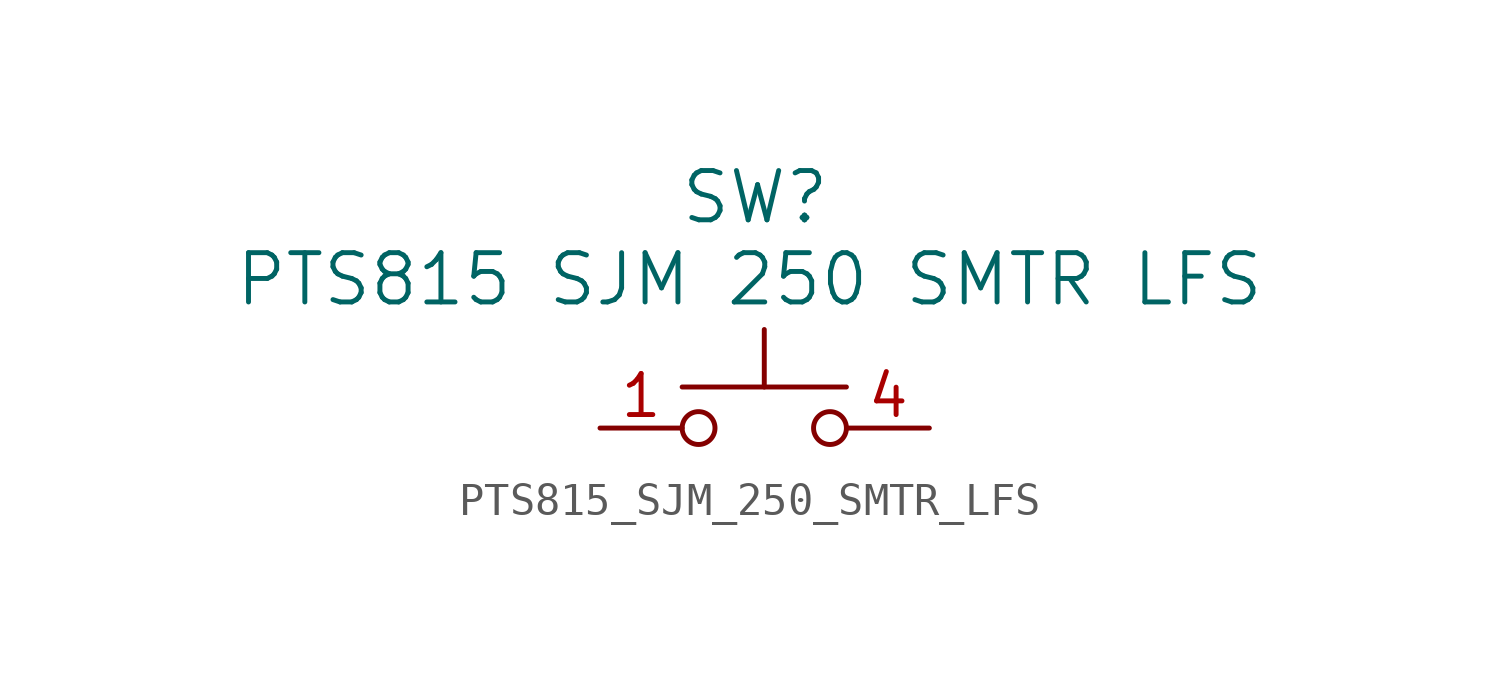
<source format=kicad_sym>
(kicad_symbol_lib
  (version 20211014)
  (generator kicad_symbol_editor)
  (symbol "PTS815_SJM_250_SMTR_LFS"
    (pin_names
      (offset 0.254))
    (property "Reference" "SW"
      (at 39.014 2.159 0)
      (effects (font (size 1.524 1.524))))
    (property "Value" "PTS815 SJM 250 SMTR LFS"
      (at 38.837 -0.381 0)
      (effects (font (size 1.524 1.524))))
    (property "ki_locked" ""
      (at 0 0 0)
      (effects (font (size 1.27 1.27))))
    (symbol "PTS815_SJM_250_SMTR_LFS_0_1"
      (polyline (pts (xy 39.294 -3.708) (xy 39.294 -1.93)) (stroke (width 0) (type default) (color 0 0 0 0)) (fill (type none)))
      (polyline (pts (xy 41.834 -3.708) (xy 36.754 -3.708)) (stroke (width 0) (type default) (color 0 0 0 0)) (fill (type none)))
      (circle (center 37.262 -4.978) (radius 0.508) (stroke (width 0) (type default) (color 0 0 0 0)) (fill (type none)))
      (circle (center 41.326 -4.978) (radius 0.508) (stroke (width 0) (type default) (color 0 0 0 0)) (fill (type none)))
      (pin passive line (at 34.214 -4.978 0) (length 2.54) (name "" (effects (font (size 1.27 1.27)))) (number "1" (effects (font (size 1.27 1.27)))))
      (pin passive line (at 44.399 -4.978 180) (length 2.54) (name "" (effects (font (size 1.27 1.27)))) (number "4" (effects (font (size 1.27 1.27))))))))
</source>
